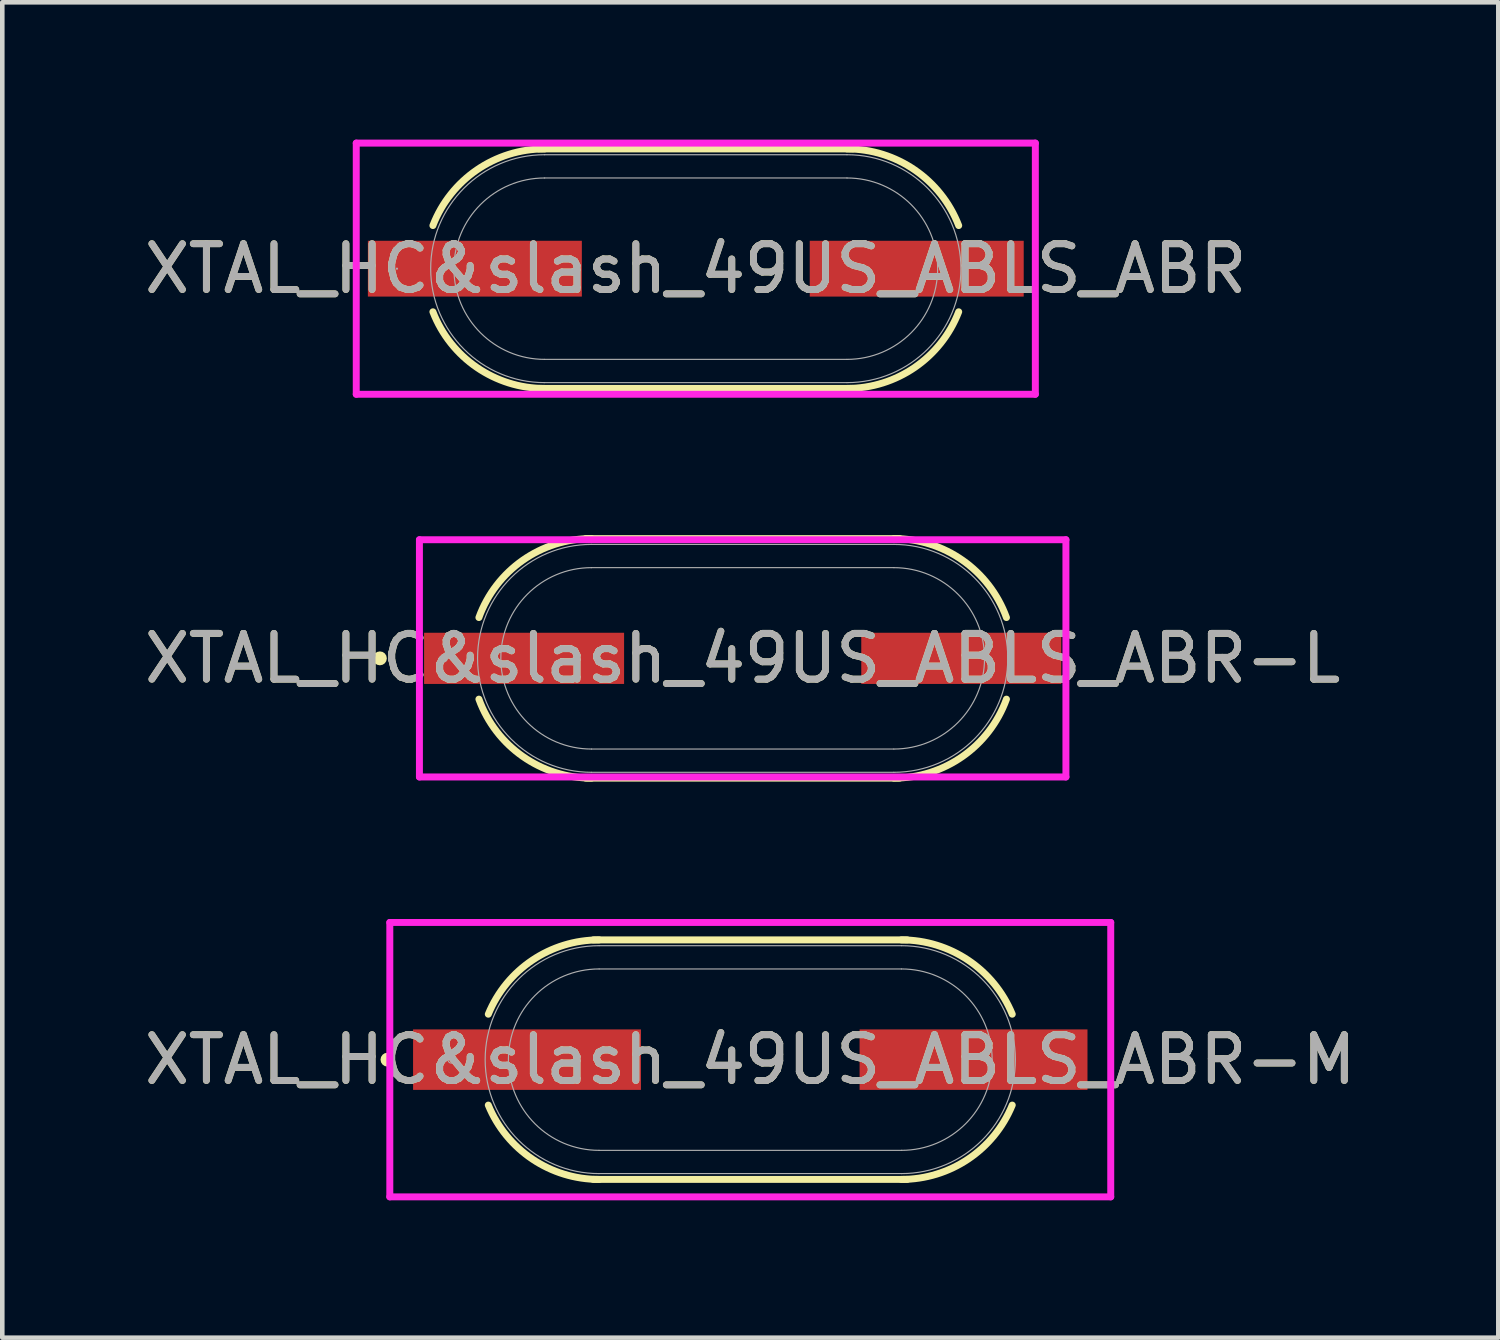
<source format=kicad_pcb>
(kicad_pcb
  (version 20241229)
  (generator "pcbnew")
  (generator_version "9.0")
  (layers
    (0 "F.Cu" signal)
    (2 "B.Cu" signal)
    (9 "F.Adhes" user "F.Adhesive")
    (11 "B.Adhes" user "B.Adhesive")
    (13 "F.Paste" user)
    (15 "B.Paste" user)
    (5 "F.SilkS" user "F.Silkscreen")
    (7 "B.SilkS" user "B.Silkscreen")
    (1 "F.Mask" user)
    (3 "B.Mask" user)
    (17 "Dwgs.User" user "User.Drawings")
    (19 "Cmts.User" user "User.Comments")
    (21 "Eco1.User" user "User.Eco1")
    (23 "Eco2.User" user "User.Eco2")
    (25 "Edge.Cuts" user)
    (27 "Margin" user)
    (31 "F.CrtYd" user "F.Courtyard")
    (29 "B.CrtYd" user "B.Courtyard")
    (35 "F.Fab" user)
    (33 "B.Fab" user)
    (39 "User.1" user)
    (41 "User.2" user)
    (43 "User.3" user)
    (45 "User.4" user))
  (footprint "XTAL_HC&slash_49US_ABLS_ABR"
    (layer "F.Cu")
    (at 12.149 2.819)
    (property "Reference" "XTAL_HC&slash_49US_ABLS_ABR" (at 0 0 0) (unlocked yes) (layer "F.SilkS") (effects (font (size 1 1) (thickness 0.15))))
    (attr smd)
    (fp_line (start -3.429 -2.616) (end 3.429 -2.616) (stroke (width 0.152) (type solid)) (layer "F.SilkS"))
    (fp_line (start 3.429 2.616) (end -3.429 2.616) (stroke (width 0.152) (type solid)) (layer "F.SilkS"))
    (fp_arc (start -5.742594 -0.94234) (mid -4.781722 -2.157528) (end -3.302 -2.6162) (stroke (width 0.1524) (type solid)) (layer "F.SilkS"))
    (fp_arc (start -3.302002 2.6162) (mid -4.781723 2.157527) (end -5.742594 0.942339) (stroke (width 0.1524) (type solid)) (layer "F.SilkS"))
    (fp_arc (start 3.302 -2.6162) (mid 4.781722 -2.157528) (end 5.742594 -0.94234) (stroke (width 0.1524) (type solid)) (layer "F.SilkS"))
    (fp_arc (start 5.742594 0.94234) (mid 4.781722 2.157528) (end 3.302 2.6162) (stroke (width 0.1524) (type solid)) (layer "F.SilkS"))
    (fp_line (start -7.417 -2.743) (end 7.417 -2.743) (stroke (width 0.152) (type solid)) (layer "F.CrtYd"))
    (fp_line (start -7.417 2.743) (end -7.417 -2.743) (stroke (width 0.152) (type solid)) (layer "F.CrtYd"))
    (fp_line (start 7.417 -2.743) (end 7.417 2.743) (stroke (width 0.152) (type solid)) (layer "F.CrtYd"))
    (fp_line (start 7.417 2.743) (end -7.417 2.743) (stroke (width 0.152) (type solid)) (layer "F.CrtYd"))
    (fp_line (start -3.302 -2.489) (end 3.302 -2.489) (stroke (width 0.025) (type solid)) (layer "F.Fab"))
    (fp_line (start -3.302 -1.981) (end 3.302 -1.981) (stroke (width 0.025) (type solid)) (layer "F.Fab"))
    (fp_line (start 3.302 1.981) (end -3.302 1.981) (stroke (width 0.025) (type solid)) (layer "F.Fab"))
    (fp_line (start 3.302 2.489) (end -3.302 2.489) (stroke (width 0.025) (type solid)) (layer "F.Fab"))
    (fp_arc (start -3.302 1.9812) (mid -5.2832 0) (end -3.302 -1.9812) (stroke (width 0.0254) (type solid)) (layer "F.Fab"))
    (fp_arc (start -3.302 2.4892) (mid -5.7912 0) (end -3.302 -2.4892) (stroke (width 0.0254) (type solid)) (layer "F.Fab"))
    (fp_arc (start 3.302 -2.4892) (mid 5.7912 0) (end 3.302 2.4892) (stroke (width 0.0254) (type solid)) (layer "F.Fab"))
    (fp_arc (start 3.302 -1.9812) (mid 5.2832 0) (end 3.302 1.9812) (stroke (width 0.0254) (type solid)) (layer "F.Fab"))
    (fp_circle (center -6.528 0) (end -6.528 0) (stroke (width 0.025) (type solid)) (fill no) (layer "F.Fab"))
    (fp_text user "${REFERENCE}" (at 0 0 0) (unlocked yes) (layer "F.Fab") (effects (font (size 1 1) (thickness 0.15))))
    (pad "1" smd rect (at -4.826 0 90) (size 1.219 4.674) (layers "F.Cu" "F.Mask" "F.Paste"))
    (pad "2" smd rect (at 4.826 0 90) (size 1.219 4.674) (layers "F.Cu" "F.Mask" "F.Paste")))
  (footprint "XTAL_HC&slash_49US_ABLS_ABR-L"
    (layer "F.Cu")
    (at 13.173 11.331)
    (property "Reference" "XTAL_HC&slash_49US_ABLS_ABR-L" (at 0 0 0) (unlocked yes) (layer "F.SilkS") (effects (font (size 1 1) (thickness 0.15))))
    (attr smd)
    (fp_line (start -3.429 -2.616) (end 3.429 -2.616) (stroke (width 0.152) (type solid)) (layer "F.SilkS"))
    (fp_line (start 3.429 2.616) (end -3.429 2.616) (stroke (width 0.152) (type solid)) (layer "F.SilkS"))
    (fp_arc (start -5.761605 -0.89154) (mid -4.804008 -2.142073) (end -3.302 -2.6162) (stroke (width 0.1524) (type solid)) (layer "F.SilkS"))
    (fp_arc (start -3.302002 2.6162) (mid -4.804009 2.142072) (end -5.761606 0.89154) (stroke (width 0.1524) (type solid)) (layer "F.SilkS"))
    (fp_arc (start 3.302 -2.6162) (mid 4.804008 -2.142072) (end 5.761605 -0.89154) (stroke (width 0.1524) (type solid)) (layer "F.SilkS"))
    (fp_arc (start 5.761605 0.89154) (mid 4.804008 2.142073) (end 3.302 2.6162) (stroke (width 0.1524) (type solid)) (layer "F.SilkS"))
    (fp_circle (center -7.925 0) (end -7.849 0) (stroke (width 0.152) (type solid)) (fill no) (layer "F.SilkS"))
    (fp_line (start -7.061 -2.591) (end 7.061 -2.591) (stroke (width 0.152) (type solid)) (layer "F.CrtYd"))
    (fp_line (start -7.061 2.591) (end -7.061 -2.591) (stroke (width 0.152) (type solid)) (layer "F.CrtYd"))
    (fp_line (start 7.061 -2.591) (end 7.061 2.591) (stroke (width 0.152) (type solid)) (layer "F.CrtYd"))
    (fp_line (start 7.061 2.591) (end -7.061 2.591) (stroke (width 0.152) (type solid)) (layer "F.CrtYd"))
    (fp_line (start -3.302 -2.489) (end 3.302 -2.489) (stroke (width 0.025) (type solid)) (layer "F.Fab"))
    (fp_line (start -3.302 -1.981) (end 3.302 -1.981) (stroke (width 0.025) (type solid)) (layer "F.Fab"))
    (fp_line (start 3.302 1.981) (end -3.302 1.981) (stroke (width 0.025) (type solid)) (layer "F.Fab"))
    (fp_line (start 3.302 2.489) (end -3.302 2.489) (stroke (width 0.025) (type solid)) (layer "F.Fab"))
    (fp_arc (start -3.302 1.9812) (mid -5.2832 0) (end -3.302 -1.9812) (stroke (width 0.0254) (type solid)) (layer "F.Fab"))
    (fp_arc (start -3.302 2.4892) (mid -5.7912 0) (end -3.302 -2.4892) (stroke (width 0.0254) (type solid)) (layer "F.Fab"))
    (fp_arc (start 3.302 -2.4892) (mid 5.7912 0) (end 3.302 2.4892) (stroke (width 0.0254) (type solid)) (layer "F.Fab"))
    (fp_arc (start 3.302 -1.9812) (mid 5.2832 0) (end 3.302 1.9812) (stroke (width 0.0254) (type solid)) (layer "F.Fab"))
    (fp_circle (center -6.528 0) (end -6.452 0) (stroke (width 0.025) (type solid)) (fill no) (layer "F.Fab"))
    (fp_text user "${REFERENCE}" (at 0 0 0) (unlocked yes) (layer "F.Fab") (effects (font (size 1 1) (thickness 0.15))))
    (pad "1" smd rect (at -4.775 0 90) (size 1.118 4.369) (layers "F.Cu" "F.Mask" "F.Paste"))
    (pad "2" smd rect (at 4.775 0 90) (size 1.118 4.369) (layers "F.Cu" "F.Mask" "F.Paste")))
  (footprint "XTAL_HC&slash_49US_ABLS_ABR-M"
    (layer "F.Cu")
    (at 13.339 20.097)
    (property "Reference" "XTAL_HC&slash_49US_ABLS_ABR-M" (at 0 0 0) (unlocked yes) (layer "F.SilkS") (effects (font (size 1 1) (thickness 0.15))))
    (attr smd)
    (fp_line (start -3.429 -2.616) (end 3.429 -2.616) (stroke (width 0.152) (type solid)) (layer "F.SilkS"))
    (fp_line (start 3.429 2.616) (end -3.429 2.616) (stroke (width 0.152) (type solid)) (layer "F.SilkS"))
    (fp_arc (start -5.722367 -0.99314) (mid -4.759095 -2.172873) (end -3.302 -2.6162) (stroke (width 0.1524) (type solid)) (layer "F.SilkS"))
    (fp_arc (start -3.302001 2.6162) (mid -4.759096 2.172872) (end -5.722367 0.993139) (stroke (width 0.1524) (type solid)) (layer "F.SilkS"))
    (fp_arc (start 3.302 -2.6162) (mid 4.759095 -2.172873) (end 5.722367 -0.99314) (stroke (width 0.1524) (type solid)) (layer "F.SilkS"))
    (fp_arc (start 5.722367 0.99314) (mid 4.759095 2.172873) (end 3.302 2.6162) (stroke (width 0.1524) (type solid)) (layer "F.SilkS"))
    (fp_circle (center -7.925 0) (end -7.849 0) (stroke (width 0.152) (type solid)) (fill no) (layer "F.SilkS"))
    (fp_line (start -7.874 -2.997) (end 7.874 -2.997) (stroke (width 0.152) (type solid)) (layer "F.CrtYd"))
    (fp_line (start -7.874 2.997) (end -7.874 -2.997) (stroke (width 0.152) (type solid)) (layer "F.CrtYd"))
    (fp_line (start 7.874 -2.997) (end 7.874 2.997) (stroke (width 0.152) (type solid)) (layer "F.CrtYd"))
    (fp_line (start 7.874 2.997) (end -7.874 2.997) (stroke (width 0.152) (type solid)) (layer "F.CrtYd"))
    (fp_line (start -3.302 -2.489) (end 3.302 -2.489) (stroke (width 0.025) (type solid)) (layer "F.Fab"))
    (fp_line (start -3.302 -1.981) (end 3.302 -1.981) (stroke (width 0.025) (type solid)) (layer "F.Fab"))
    (fp_line (start 3.302 1.981) (end -3.302 1.981) (stroke (width 0.025) (type solid)) (layer "F.Fab"))
    (fp_line (start 3.302 2.489) (end -3.302 2.489) (stroke (width 0.025) (type solid)) (layer "F.Fab"))
    (fp_arc (start -3.302 1.9812) (mid -5.2832 0) (end -3.302 -1.9812) (stroke (width 0.0254) (type solid)) (layer "F.Fab"))
    (fp_arc (start -3.302 2.4892) (mid -5.7912 0) (end -3.302 -2.4892) (stroke (width 0.0254) (type solid)) (layer "F.Fab"))
    (fp_arc (start 3.302 -2.4892) (mid 5.7912 0) (end 3.302 2.4892) (stroke (width 0.0254) (type solid)) (layer "F.Fab"))
    (fp_arc (start 3.302 -1.9812) (mid 5.2832 0) (end 3.302 1.9812) (stroke (width 0.0254) (type solid)) (layer "F.Fab"))
    (fp_circle (center -6.528 0) (end -6.452 0) (stroke (width 0.025) (type solid)) (fill no) (layer "F.Fab"))
    (fp_text user "${REFERENCE}" (at 0 0 0) (unlocked yes) (layer "F.Fab") (effects (font (size 1 1) (thickness 0.15))))
    (pad "1" smd rect (at -4.877 0 90) (size 1.321 4.978) (layers "F.Cu" "F.Mask" "F.Paste"))
    (pad "2" smd rect (at 4.877 0 90) (size 1.321 4.978) (layers "F.Cu" "F.Mask" "F.Paste")))
  (gr_rect
    (start -3 -3)
    (end 29.679 26.17)
    (stroke (width 0.1) (type default))
    (fill no)
    (layer "Edge.Cuts")))
</source>
